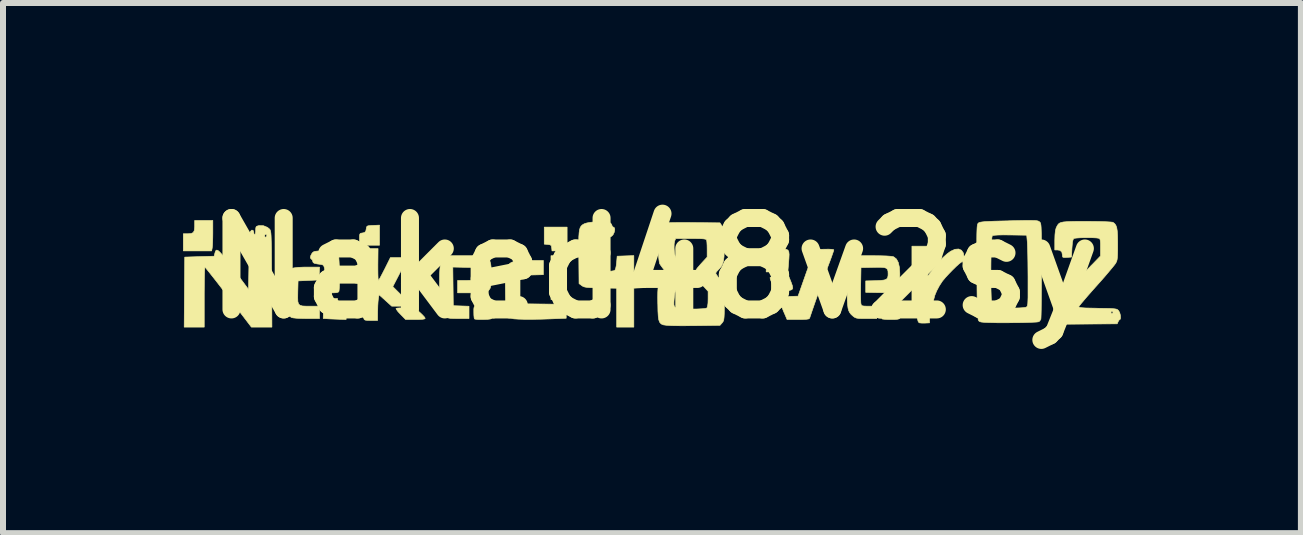
<source format=kicad_pcb>
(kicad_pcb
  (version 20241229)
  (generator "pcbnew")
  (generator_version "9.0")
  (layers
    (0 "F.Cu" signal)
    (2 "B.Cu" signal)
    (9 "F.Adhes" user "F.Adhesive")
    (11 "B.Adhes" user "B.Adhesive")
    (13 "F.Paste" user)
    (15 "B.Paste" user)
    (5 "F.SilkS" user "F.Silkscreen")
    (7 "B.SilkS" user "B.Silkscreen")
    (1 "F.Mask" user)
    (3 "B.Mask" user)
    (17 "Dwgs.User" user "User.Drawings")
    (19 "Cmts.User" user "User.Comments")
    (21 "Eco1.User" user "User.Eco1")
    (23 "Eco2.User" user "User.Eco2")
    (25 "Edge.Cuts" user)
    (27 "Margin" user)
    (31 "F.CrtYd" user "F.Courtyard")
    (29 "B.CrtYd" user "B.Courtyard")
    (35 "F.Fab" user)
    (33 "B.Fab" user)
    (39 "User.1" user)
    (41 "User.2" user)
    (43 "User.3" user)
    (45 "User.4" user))
  (footprint "Naked48v2sy"
    (layer "F.Cu")
    (at 7.847 1.418)
    (property "Reference" "Naked48v2sy" (at 0 0 0) (layer "F.SilkS") (effects (font (size 1.524 1.524) (thickness 0.3))))
    (attr through_hole)
    (fp_poly (pts (xy -1.445 -0.286) (xy -1.697 -0.286) (xy -1.702 -0.337) (xy -1.708 -0.372) (xy -1.726 -0.387) (xy -1.764 -0.394) (xy -1.766 -0.394) (xy -1.826 -0.399) (xy -1.826 -0.683) (xy -1.445 -0.683) (xy -1.445 -0.286)) (stroke (width 0.01) (type solid)) (fill yes) (layer "F.SilkS"))
    (fp_poly (pts (xy -1.47 -0.157) (xy -1.467 -0.126) (xy -1.465 -0.069) (xy -1.463 0.008) (xy -1.461 0.1) (xy -1.461 0.199) (xy -1.46 0.208) (xy -1.46 0.524) (xy -1.714 0.524) (xy -1.714 -0.206) (xy -1.48 -0.206) (xy -1.47 -0.157)) (stroke (width 0.01) (type solid)) (fill yes) (layer "F.SilkS"))
    (fp_poly (pts (xy -5.268 0.567) (xy -5.262 0.605) (xy -5.249 0.623) (xy -5.218 0.63) (xy -5.195 0.632) (xy -5.128 0.637) (xy -5.128 0.857) (xy -5.227 0.854) (xy -5.3 0.851) (xy -5.379 0.848) (xy -5.418 0.846) (xy -5.51 0.84) (xy -5.501 0.516) (xy -5.272 0.507) (xy -5.268 0.567)) (stroke (width 0.01) (type solid)) (fill yes) (layer "F.SilkS"))
    (fp_poly (pts (xy -7.35 -0.589) (xy -7.351 -0.507) (xy -7.353 -0.432) (xy -7.356 -0.373) (xy -7.36 -0.337) (xy -7.36 -0.335) (xy -7.37 -0.286) (xy -7.842 -0.286) (xy -7.842 -0.572) (xy -7.763 -0.572) (xy -7.71 -0.576) (xy -7.676 -0.593) (xy -7.658 -0.628) (xy -7.652 -0.688) (xy -7.652 -0.713) (xy -7.652 -0.794) (xy -7.35 -0.794) (xy -7.35 -0.589)) (stroke (width 0.01) (type solid)) (fill yes) (layer "F.SilkS"))
    (fp_poly (pts (xy -4.572 -0.381) (xy -4.905 -0.381) (xy -4.905 -0.481) (xy -4.905 -0.535) (xy -4.9 -0.565) (xy -4.889 -0.579) (xy -4.869 -0.583) (xy -4.862 -0.584) (xy -4.822 -0.592) (xy -4.801 -0.614) (xy -4.792 -0.657) (xy -4.792 -0.659) (xy -4.787 -0.684) (xy -4.777 -0.699) (xy -4.753 -0.706) (xy -4.709 -0.71) (xy -4.679 -0.711) (xy -4.572 -0.716) (xy -4.572 -0.381)) (stroke (width 0.01) (type solid)) (fill yes) (layer "F.SilkS"))
    (fp_poly (pts (xy -4.132 0.664) (xy -3.98 0.669) (xy -3.895 0.743) (xy -3.853 0.783) (xy -3.823 0.816) (xy -3.81 0.837) (xy -3.81 0.837) (xy -3.82 0.847) (xy -3.85 0.853) (xy -3.906 0.856) (xy -3.973 0.857) (xy -4.137 0.857) (xy -4.222 0.77) (xy -4.262 0.728) (xy -4.288 0.693) (xy -4.297 0.673) (xy -4.296 0.672) (xy -4.276 0.667) (xy -4.232 0.664) (xy -4.171 0.663) (xy -4.132 0.664)) (stroke (width 0.01) (type solid)) (fill yes) (layer "F.SilkS"))
    (fp_poly (pts (xy 2.169 -0.317) (xy 2.209 -0.312) (xy 2.236 -0.299) (xy 2.25 -0.272) (xy 2.255 -0.228) (xy 2.252 -0.161) (xy 2.245 -0.068) (xy 2.244 -0.058) (xy 2.234 0.064) (xy 1.873 0.064) (xy 1.873 -0.175) (xy 1.919 -0.175) (xy 1.964 -0.184) (xy 1.993 -0.215) (xy 2.01 -0.267) (xy 2.017 -0.296) (xy 2.03 -0.31) (xy 2.057 -0.316) (xy 2.106 -0.317) (xy 2.112 -0.318) (xy 2.169 -0.317)) (stroke (width 0.01) (type solid)) (fill yes) (layer "F.SilkS"))
    (fp_poly (pts (xy 2.286 0.229) (xy 2.309 0.293) (xy 2.316 0.335) (xy 2.302 0.359) (xy 2.265 0.372) (xy 2.199 0.377) (xy 2.182 0.378) (xy 2.101 0.378) (xy 2.049 0.37) (xy 2.03 0.362) (xy 2.011 0.337) (xy 1.987 0.293) (xy 1.964 0.242) (xy 1.945 0.194) (xy 1.937 0.161) (xy 1.937 0.16) (xy 1.952 0.151) (xy 1.997 0.146) (xy 2.069 0.143) (xy 2.094 0.143) (xy 2.251 0.143) (xy 2.286 0.229)) (stroke (width 0.01) (type solid)) (fill yes) (layer "F.SilkS"))
    (fp_poly (pts (xy -2.688 0.684) (xy -2.694 0.749) (xy -2.7 0.803) (xy -2.705 0.836) (xy -2.708 0.843) (xy -2.726 0.849) (xy -2.768 0.854) (xy -2.822 0.856) (xy -2.881 0.857) (xy -2.935 0.856) (xy -2.974 0.852) (xy -2.99 0.847) (xy -2.995 0.826) (xy -2.999 0.784) (xy -3 0.736) (xy -3 0.681) (xy -2.995 0.651) (xy -2.985 0.638) (xy -2.966 0.635) (xy -2.964 0.635) (xy -2.919 0.623) (xy -2.893 0.59) (xy -2.889 0.568) (xy -2.885 0.553) (xy -2.868 0.544) (xy -2.832 0.54) (xy -2.784 0.54) (xy -2.678 0.54) (xy -2.688 0.684)) (stroke (width 0.01) (type solid)) (fill yes) (layer "F.SilkS"))
    (fp_poly (pts (xy 4.112 0.673) (xy 4.111 0.738) (xy 4.108 0.792) (xy 4.103 0.827) (xy 4.102 0.832) (xy 4.091 0.845) (xy 4.066 0.852) (xy 4.021 0.856) (xy 3.954 0.857) (xy 3.89 0.856) (xy 3.84 0.853) (xy 3.809 0.849) (xy 3.805 0.847) (xy 3.799 0.826) (xy 3.795 0.784) (xy 3.794 0.736) (xy 3.795 0.681) (xy 3.799 0.651) (xy 3.81 0.638) (xy 3.829 0.635) (xy 3.831 0.635) (xy 3.876 0.623) (xy 3.902 0.59) (xy 3.905 0.568) (xy 3.909 0.553) (xy 3.927 0.544) (xy 3.964 0.54) (xy 4.008 0.54) (xy 4.112 0.54) (xy 4.112 0.673)) (stroke (width 0.01) (type solid)) (fill yes) (layer "F.SilkS"))
    (fp_poly (pts (xy 2.971 -0.312) (xy 2.998 -0.306) (xy 3 -0.303) (xy 2.995 -0.283) (xy 2.98 -0.239) (xy 2.958 -0.177) (xy 2.93 -0.101) (xy 2.911 -0.052) (xy 2.878 0.039) (xy 2.836 0.153) (xy 2.789 0.283) (xy 2.739 0.423) (xy 2.689 0.566) (xy 2.641 0.704) (xy 2.598 0.831) (xy 2.595 0.837) (xy 2.582 0.847) (xy 2.546 0.853) (xy 2.484 0.856) (xy 2.405 0.857) (xy 2.221 0.857) (xy 2.189 0.782) (xy 2.161 0.718) (xy 2.134 0.65) (xy 2.11 0.586) (xy 2.091 0.534) (xy 2.081 0.5) (xy 2.08 0.492) (xy 2.094 0.486) (xy 2.134 0.48) (xy 2.193 0.475) (xy 2.242 0.473) (xy 2.404 0.468) (xy 2.541 0.079) (xy 2.679 -0.31) (xy 2.839 -0.314) (xy 2.917 -0.315) (xy 2.971 -0.312)) (stroke (width 0.01) (type solid)) (fill yes) (layer "F.SilkS"))
    (fp_poly (pts (xy -1.841 0.11) (xy -2.036 0.115) (xy -2.23 0.119) (xy -2.23 0.595) (xy -1.46 0.604) (xy -1.46 0.836) (xy -1.725 0.847) (xy -1.881 0.852) (xy -2.024 0.854) (xy -2.151 0.854) (xy -2.256 0.851) (xy -2.335 0.846) (xy -2.336 0.846) (xy -2.396 0.826) (xy -2.431 0.8) (xy -2.443 0.786) (xy -2.452 0.771) (xy -2.459 0.751) (xy -2.464 0.721) (xy -2.467 0.677) (xy -2.47 0.615) (xy -2.471 0.531) (xy -2.473 0.42) (xy -2.473 0.388) (xy -2.475 0.27) (xy -2.475 0.179) (xy -2.475 0.112) (xy -2.473 0.063) (xy -2.469 0.029) (xy -2.464 0.006) (xy -2.456 -0.012) (xy -2.445 -0.028) (xy -2.443 -0.031) (xy -2.413 -0.065) (xy -2.38 -0.091) (xy -2.338 -0.108) (xy -2.281 -0.119) (xy -2.204 -0.125) (xy -2.103 -0.127) (xy -2.073 -0.127) (xy -1.841 -0.127) (xy -1.841 0.11)) (stroke (width 0.01) (type solid)) (fill yes) (layer "F.SilkS"))
    (fp_poly (pts (xy -5.58 0.198) (xy -5.755 0.206) (xy -5.929 0.214) (xy -5.934 0.405) (xy -5.935 0.494) (xy -5.933 0.557) (xy -5.921 0.598) (xy -5.896 0.621) (xy -5.854 0.632) (xy -5.79 0.635) (xy -5.728 0.635) (xy -5.572 0.635) (xy -5.572 0.841) (xy -5.79 0.841) (xy -5.882 0.839) (xy -5.957 0.836) (xy -6.012 0.83) (xy -6.04 0.823) (xy -6.076 0.799) (xy -6.108 0.773) (xy -6.12 0.761) (xy -6.129 0.747) (xy -6.135 0.726) (xy -6.14 0.693) (xy -6.142 0.646) (xy -6.143 0.578) (xy -6.144 0.485) (xy -6.144 0.421) (xy -6.143 0.309) (xy -6.142 0.225) (xy -6.139 0.163) (xy -6.135 0.12) (xy -6.129 0.091) (xy -6.121 0.071) (xy -6.118 0.065) (xy -6.09 0.034) (xy -6.052 0.012) (xy -5.999 -0.003) (xy -5.927 -0.012) (xy -5.83 -0.016) (xy -5.778 -0.016) (xy -5.571 -0.016) (xy -5.58 0.198)) (stroke (width 0.01) (type solid)) (fill yes) (layer "F.SilkS"))
    (fp_poly (pts (xy -5.413 -0.285) (xy -5.35 -0.281) (xy -5.308 -0.274) (xy -5.281 -0.26) (xy -5.266 -0.239) (xy -5.255 -0.209) (xy -5.255 -0.209) (xy -5.25 -0.174) (xy -5.246 -0.117) (xy -5.242 -0.042) (xy -5.24 0.043) (xy -5.239 0.131) (xy -5.239 0.216) (xy -5.24 0.291) (xy -5.243 0.349) (xy -5.247 0.384) (xy -5.248 0.388) (xy -5.261 0.402) (xy -5.291 0.41) (xy -5.343 0.413) (xy -5.367 0.413) (xy -5.477 0.413) (xy -5.478 0.218) (xy -5.48 0.118) (xy -5.484 0.045) (xy -5.49 -0.004) (xy -5.501 -0.036) (xy -5.516 -0.052) (xy -5.538 -0.059) (xy -5.541 -0.06) (xy -5.61 -0.069) (xy -5.653 -0.078) (xy -5.676 -0.09) (xy -5.683 -0.106) (xy -5.683 -0.11) (xy -5.695 -0.14) (xy -5.708 -0.149) (xy -5.724 -0.169) (xy -5.719 -0.204) (xy -5.697 -0.246) (xy -5.687 -0.258) (xy -5.67 -0.271) (xy -5.644 -0.279) (xy -5.6 -0.284) (xy -5.535 -0.285) (xy -5.502 -0.286) (xy -5.413 -0.285)) (stroke (width 0.01) (type solid)) (fill yes) (layer "F.SilkS"))
    (fp_poly (pts (xy -4.599 -0.06) (xy -4.599 0.028) (xy -4.598 0.104) (xy -4.596 0.162) (xy -4.593 0.198) (xy -4.591 0.206) (xy -4.58 0.193) (xy -4.558 0.156) (xy -4.529 0.101) (xy -4.494 0.033) (xy -4.485 0.016) (xy -4.39 -0.175) (xy -4.259 -0.175) (xy -4.194 -0.174) (xy -4.154 -0.171) (xy -4.134 -0.164) (xy -4.128 -0.152) (xy -4.128 -0.147) (xy -4.135 -0.124) (xy -4.155 -0.078) (xy -4.184 -0.015) (xy -4.22 0.058) (xy -4.239 0.095) (xy -4.35 0.309) (xy -4.207 0.452) (xy -4.153 0.508) (xy -4.108 0.557) (xy -4.077 0.594) (xy -4.064 0.614) (xy -4.064 0.615) (xy -4.074 0.625) (xy -4.108 0.632) (xy -4.168 0.635) (xy -4.216 0.635) (xy -4.368 0.635) (xy -4.474 0.539) (xy -4.58 0.444) (xy -4.591 0.512) (xy -4.596 0.559) (xy -4.6 0.626) (xy -4.602 0.701) (xy -4.603 0.726) (xy -4.604 0.873) (xy -4.715 0.873) (xy -4.773 0.872) (xy -4.807 0.868) (xy -4.825 0.859) (xy -4.833 0.841) (xy -4.834 0.837) (xy -4.836 0.814) (xy -4.838 0.762) (xy -4.839 0.686) (xy -4.839 0.59) (xy -4.839 0.478) (xy -4.839 0.354) (xy -4.838 0.238) (xy -4.834 -0.325) (xy -4.596 -0.325) (xy -4.599 -0.06)) (stroke (width 0.01) (type solid)) (fill yes) (layer "F.SilkS"))
    (fp_poly (pts (xy -3.027 -0.206) (xy -2.934 -0.203) (xy -2.865 -0.198) (xy -2.815 -0.189) (xy -2.78 -0.175) (xy -2.756 -0.155) (xy -2.738 -0.128) (xy -2.729 -0.108) (xy -2.718 -0.064) (xy -2.71 0.000172) (xy -2.707 0.077) (xy -2.706 0.158) (xy -2.71 0.233) (xy -2.717 0.296) (xy -2.727 0.335) (xy -2.728 0.337) (xy -2.747 0.365) (xy -2.774 0.385) (xy -2.812 0.399) (xy -2.867 0.407) (xy -2.944 0.412) (xy -3.048 0.413) (xy -3.049 0.413) (xy -3.27 0.413) (xy -3.27 0.206) (xy -3.108 0.206) (xy -3.037 0.205) (xy -2.978 0.201) (xy -2.937 0.197) (xy -2.924 0.193) (xy -2.911 0.169) (xy -2.907 0.118) (xy -2.908 0.086) (xy -2.913 -0.008) (xy -3.132 -0.012) (xy -3.35 -0.017) (xy -3.342 0.627) (xy -3.08 0.636) (xy -3.08 0.841) (xy -3.258 0.841) (xy -3.34 0.84) (xy -3.396 0.837) (xy -3.434 0.83) (xy -3.459 0.82) (xy -3.471 0.812) (xy -3.503 0.778) (xy -3.535 0.735) (xy -3.539 0.729) (xy -3.55 0.709) (xy -3.558 0.687) (xy -3.564 0.659) (xy -3.568 0.62) (xy -3.57 0.564) (xy -3.571 0.489) (xy -3.572 0.389) (xy -3.572 0.323) (xy -3.571 0.197) (xy -3.57 0.098) (xy -3.566 0.023) (xy -3.56 -0.034) (xy -3.55 -0.077) (xy -3.537 -0.11) (xy -3.518 -0.138) (xy -3.496 -0.163) (xy -3.455 -0.206) (xy -3.147 -0.206) (xy -3.027 -0.206)) (stroke (width 0.01) (type solid)) (fill yes) (layer "F.SilkS"))
    (fp_poly (pts (xy 4.556 -0.119) (xy 4.557 -0.035) (xy 4.559 0.037) (xy 4.562 0.091) (xy 4.566 0.121) (xy 4.568 0.126) (xy 4.582 0.113) (xy 4.607 0.081) (xy 4.635 0.038) (xy 4.684 -0.029) (xy 4.748 -0.102) (xy 4.818 -0.174) (xy 4.887 -0.236) (xy 4.947 -0.28) (xy 4.947 -0.28) (xy 5.019 -0.313) (xy 5.08 -0.318) (xy 5.128 -0.297) (xy 5.159 -0.252) (xy 5.169 -0.203) (xy 5.171 -0.156) (xy 5.163 -0.129) (xy 5.139 -0.107) (xy 5.123 -0.097) (xy 5.087 -0.07) (xy 5.036 -0.024) (xy 4.978 0.033) (xy 4.918 0.095) (xy 4.862 0.155) (xy 4.818 0.208) (xy 4.807 0.222) (xy 4.759 0.296) (xy 4.717 0.375) (xy 4.685 0.451) (xy 4.668 0.514) (xy 4.668 0.514) (xy 4.656 0.562) (xy 4.634 0.584) (xy 4.628 0.587) (xy 4.613 0.593) (xy 4.604 0.607) (xy 4.599 0.635) (xy 4.596 0.683) (xy 4.596 0.754) (xy 4.596 0.913) (xy 4.516 0.917) (xy 4.467 0.917) (xy 4.429 0.913) (xy 4.419 0.909) (xy 4.404 0.886) (xy 4.395 0.849) (xy 4.385 0.814) (xy 4.359 0.799) (xy 4.346 0.797) (xy 4.32 0.791) (xy 4.307 0.777) (xy 4.303 0.745) (xy 4.302 0.713) (xy 4.306 0.659) (xy 4.317 0.632) (xy 4.326 0.627) (xy 4.371 0.611) (xy 4.387 0.601) (xy 4.375 0.594) (xy 4.354 0.591) (xy 4.302 0.585) (xy 4.302 -0.365) (xy 4.556 -0.365) (xy 4.556 -0.119)) (stroke (width 0.01) (type solid)) (fill yes) (layer "F.SilkS"))
    (fp_poly (pts (xy 3.65 -0.206) (xy 3.778 -0.205) (xy 3.875 -0.202) (xy 3.945 -0.197) (xy 3.988 -0.191) (xy 4 -0.186) (xy 4.044 -0.151) (xy 4.074 -0.095) (xy 4.093 -0.015) (xy 4.1 0.092) (xy 4.1 0.108) (xy 4.096 0.218) (xy 4.082 0.299) (xy 4.058 0.356) (xy 4.022 0.39) (xy 4.007 0.397) (xy 3.975 0.403) (xy 3.919 0.407) (xy 3.845 0.41) (xy 3.761 0.409) (xy 3.748 0.409) (xy 3.532 0.405) (xy 3.532 0.214) (xy 3.699 0.21) (xy 3.783 0.206) (xy 3.841 0.199) (xy 3.877 0.185) (xy 3.897 0.162) (xy 3.904 0.126) (xy 3.905 0.095) (xy 3.903 0.052) (xy 3.895 0.022) (xy 3.875 0.003) (xy 3.84 -0.009) (xy 3.784 -0.013) (xy 3.703 -0.013) (xy 3.659 -0.012) (xy 3.453 -0.008) (xy 3.448 0.278) (xy 3.447 0.372) (xy 3.447 0.458) (xy 3.448 0.528) (xy 3.45 0.578) (xy 3.453 0.599) (xy 3.459 0.617) (xy 3.473 0.628) (xy 3.501 0.633) (xy 3.55 0.635) (xy 3.588 0.635) (xy 3.715 0.635) (xy 3.715 0.841) (xy 3.541 0.841) (xy 3.464 0.841) (xy 3.412 0.839) (xy 3.376 0.833) (xy 3.351 0.823) (xy 3.327 0.807) (xy 3.317 0.798) (xy 3.288 0.772) (xy 3.266 0.744) (xy 3.249 0.711) (xy 3.237 0.669) (xy 3.23 0.612) (xy 3.225 0.536) (xy 3.223 0.438) (xy 3.223 0.312) (xy 3.223 0.311) (xy 3.223 0.187) (xy 3.225 0.09) (xy 3.229 0.016) (xy 3.235 -0.039) (xy 3.245 -0.081) (xy 3.26 -0.114) (xy 3.279 -0.142) (xy 3.298 -0.163) (xy 3.34 -0.206) (xy 3.65 -0.206)) (stroke (width 0.01) (type solid)) (fill yes) (layer "F.SilkS"))
    (fp_poly (pts (xy -6.506 -0.706) (xy -6.438 -0.678) (xy -6.403 -0.648) (xy -6.396 -0.639) (xy -6.391 -0.626) (xy -6.386 -0.607) (xy -6.382 -0.579) (xy -6.379 -0.539) (xy -6.377 -0.485) (xy -6.375 -0.413) (xy -6.373 -0.322) (xy -6.372 -0.208) (xy -6.371 -0.068) (xy -6.37 0.099) (xy -6.369 0.184) (xy -6.365 0.984) (xy -6.536 0.984) (xy -6.707 0.984) (xy -7.088 0.485) (xy -7.172 0.375) (xy -7.25 0.274) (xy -7.32 0.184) (xy -7.381 0.107) (xy -7.429 0.047) (xy -7.462 0.006) (xy -7.479 -0.014) (xy -7.481 -0.015) (xy -7.484 0.000083) (xy -7.487 0.043) (xy -7.489 0.11) (xy -7.491 0.198) (xy -7.492 0.302) (xy -7.493 0.419) (xy -7.493 0.484) (xy -7.493 0.984) (xy -7.827 0.984) (xy -7.823 0.401) (xy -7.818 -0.183) (xy -7.573 -0.191) (xy -7.328 -0.198) (xy -7.315 -0.25) (xy -7.307 -0.277) (xy -7.297 -0.294) (xy -7.283 -0.3) (xy -7.264 -0.293) (xy -7.238 -0.271) (xy -7.202 -0.232) (xy -7.154 -0.174) (xy -7.094 -0.097) (xy -7.018 0.004) (xy -6.944 0.102) (xy -6.755 0.355) (xy -6.747 -0.112) (xy -6.744 -0.232) (xy -6.741 -0.342) (xy -6.738 -0.439) (xy -6.734 -0.518) (xy -6.733 -0.533) (xy -6.488 -0.533) (xy -6.485 -0.524) (xy -6.467 -0.514) (xy -6.458 -0.521) (xy -6.45 -0.547) (xy -6.453 -0.556) (xy -6.471 -0.565) (xy -6.481 -0.558) (xy -6.488 -0.533) (xy -6.733 -0.533) (xy -6.73 -0.574) (xy -6.726 -0.604) (xy -6.725 -0.607) (xy -6.703 -0.632) (xy -6.68 -0.63) (xy -6.668 -0.603) (xy -6.668 -0.595) (xy -6.662 -0.565) (xy -6.652 -0.556) (xy -6.642 -0.57) (xy -6.636 -0.606) (xy -6.636 -0.626) (xy -6.634 -0.67) (xy -6.625 -0.693) (xy -6.601 -0.703) (xy -6.58 -0.708) (xy -6.506 -0.706)) (stroke (width 0.01) (type solid)) (fill yes) (layer "F.SilkS"))
    (fp_poly (pts (xy -0.823 -0.773) (xy -0.77 -0.767) (xy -0.725 -0.752) (xy -0.705 -0.731) (xy -0.701 -0.718) (xy -0.689 -0.69) (xy -0.674 -0.683) (xy -0.656 -0.67) (xy -0.651 -0.638) (xy -0.659 -0.598) (xy -0.678 -0.558) (xy -0.682 -0.552) (xy -0.706 -0.529) (xy -0.738 -0.514) (xy -0.789 -0.504) (xy -0.821 -0.5) (xy -0.879 -0.492) (xy -0.925 -0.482) (xy -0.949 -0.473) (xy -0.956 -0.451) (xy -0.962 -0.405) (xy -0.966 -0.341) (xy -0.968 -0.266) (xy -0.969 -0.187) (xy -0.968 -0.111) (xy -0.965 -0.044) (xy -0.96 0.005) (xy -0.953 0.032) (xy -0.93 0.043) (xy -0.885 0.051) (xy -0.827 0.055) (xy -0.765 0.055) (xy -0.708 0.051) (xy -0.665 0.044) (xy -0.648 0.035) (xy -0.637 0.011) (xy -0.627 -0.035) (xy -0.62 -0.091) (xy -0.611 -0.198) (xy -0.472 -0.203) (xy -0.333 -0.208) (xy -0.333 0.064) (xy -0.126 0.064) (xy -0.13 0.194) (xy -0.135 0.325) (xy -0.234 0.33) (xy -0.333 0.335) (xy -0.333 0.984) (xy -0.619 0.984) (xy -0.619 0.336) (xy -0.888 0.331) (xy -0.988 0.328) (xy -1.061 0.326) (xy -1.113 0.322) (xy -1.149 0.316) (xy -1.175 0.308) (xy -1.194 0.297) (xy -1.201 0.292) (xy -1.246 0.259) (xy -1.25 -0.181) (xy -1.252 -0.321) (xy -1.251 -0.434) (xy -1.25 -0.522) (xy -1.246 -0.572) (xy -0.794 -0.572) (xy -0.782 -0.556) (xy -0.778 -0.556) (xy -0.762 -0.568) (xy -0.762 -0.572) (xy -0.774 -0.587) (xy -0.778 -0.587) (xy -0.793 -0.575) (xy -0.794 -0.572) (xy -1.246 -0.572) (xy -1.245 -0.589) (xy -1.238 -0.639) (xy -1.227 -0.674) (xy -1.212 -0.699) (xy -1.193 -0.718) (xy -1.168 -0.733) (xy -1.159 -0.738) (xy -1.116 -0.752) (xy -1.051 -0.763) (xy -0.974 -0.771) (xy -0.895 -0.774) (xy -0.823 -0.773)) (stroke (width 0.01) (type solid)) (fill yes) (layer "F.SilkS"))
    (fp_poly (pts (xy 7.343 -0.777) (xy 7.455 -0.775) (xy 7.545 -0.772) (xy 7.61 -0.768) (xy 7.647 -0.764) (xy 7.653 -0.762) (xy 7.68 -0.742) (xy 7.7 -0.715) (xy 7.715 -0.676) (xy 7.724 -0.62) (xy 7.729 -0.542) (xy 7.731 -0.439) (xy 7.731 -0.394) (xy 7.731 -0.296) (xy 7.729 -0.225) (xy 7.726 -0.174) (xy 7.721 -0.137) (xy 7.713 -0.11) (xy 7.701 -0.086) (xy 7.695 -0.076) (xy 7.675 -0.049) (xy 7.637 -0.002) (xy 7.584 0.061) (xy 7.52 0.137) (xy 7.447 0.22) (xy 7.374 0.302) (xy 7.298 0.387) (xy 7.229 0.466) (xy 7.171 0.534) (xy 7.125 0.588) (xy 7.095 0.626) (xy 7.083 0.643) (xy 7.083 0.643) (xy 7.087 0.651) (xy 7.103 0.657) (xy 7.137 0.661) (xy 7.191 0.665) (xy 7.269 0.667) (xy 7.374 0.669) (xy 7.398 0.67) (xy 7.507 0.672) (xy 7.588 0.673) (xy 7.646 0.676) (xy 7.686 0.68) (xy 7.712 0.685) (xy 7.729 0.693) (xy 7.741 0.704) (xy 7.748 0.712) (xy 7.765 0.744) (xy 7.776 0.784) (xy 7.779 0.824) (xy 7.775 0.851) (xy 7.767 0.857) (xy 7.752 0.87) (xy 7.739 0.893) (xy 7.723 0.929) (xy 7.195 0.933) (xy 6.668 0.937) (xy 6.668 0.738) (xy 7.62 0.738) (xy 7.628 0.758) (xy 7.637 0.759) (xy 7.653 0.743) (xy 7.654 0.738) (xy 7.642 0.72) (xy 7.637 0.717) (xy 7.623 0.725) (xy 7.62 0.738) (xy 6.668 0.738) (xy 6.668 0.624) (xy 6.916 0.355) (xy 6.997 0.268) (xy 7.082 0.177) (xy 7.163 0.091) (xy 7.236 0.014) (xy 7.294 -0.047) (xy 7.305 -0.057) (xy 7.445 -0.202) (xy 7.445 -0.345) (xy 7.445 -0.413) (xy 7.442 -0.456) (xy 7.436 -0.48) (xy 7.425 -0.492) (xy 7.41 -0.498) (xy 7.374 -0.503) (xy 7.318 -0.506) (xy 7.249 -0.507) (xy 7.176 -0.507) (xy 7.107 -0.505) (xy 7.049 -0.501) (xy 7.01 -0.496) (xy 7.001 -0.493) (xy 6.988 -0.474) (xy 6.978 -0.434) (xy 6.972 -0.369) (xy 6.969 -0.33) (xy 6.961 -0.183) (xy 6.886 -0.178) (xy 6.84 -0.176) (xy 6.818 -0.181) (xy 6.811 -0.198) (xy 6.81 -0.218) (xy 6.8 -0.268) (xy 6.768 -0.296) (xy 6.728 -0.302) (xy 6.683 -0.302) (xy 6.683 -0.462) (xy 6.686 -0.554) (xy 6.693 -0.621) (xy 6.705 -0.668) (xy 6.709 -0.677) (xy 6.724 -0.706) (xy 6.739 -0.729) (xy 6.758 -0.747) (xy 6.786 -0.759) (xy 6.825 -0.768) (xy 6.881 -0.773) (xy 6.955 -0.776) (xy 7.053 -0.778) (xy 7.178 -0.778) (xy 7.212 -0.778) (xy 7.343 -0.777)) (stroke (width 0.01) (type solid)) (fill yes) (layer "F.SilkS"))
    (fp_poly (pts (xy 6.309 -0.793) (xy 6.354 -0.792) (xy 6.385 -0.789) (xy 6.406 -0.784) (xy 6.42 -0.777) (xy 6.429 -0.77) (xy 6.437 -0.763) (xy 6.443 -0.753) (xy 6.448 -0.738) (xy 6.452 -0.715) (xy 6.455 -0.682) (xy 6.457 -0.635) (xy 6.459 -0.573) (xy 6.46 -0.492) (xy 6.46 -0.389) (xy 6.461 -0.263) (xy 6.461 -0.109) (xy 6.461 0.038) (xy 6.461 0.194) (xy 6.46 0.34) (xy 6.459 0.475) (xy 6.458 0.594) (xy 6.457 0.694) (xy 6.455 0.773) (xy 6.453 0.827) (xy 6.451 0.853) (xy 6.451 0.853) (xy 6.43 0.885) (xy 6.408 0.896) (xy 6.374 0.9) (xy 6.314 0.903) (xy 6.233 0.906) (xy 6.138 0.909) (xy 6.032 0.91) (xy 5.923 0.911) (xy 5.816 0.911) (xy 5.716 0.911) (xy 5.656 0.909) (xy 5.567 0.907) (xy 5.504 0.904) (xy 5.462 0.9) (xy 5.437 0.894) (xy 5.421 0.885) (xy 5.411 0.871) (xy 5.41 0.869) (xy 5.405 0.852) (xy 5.401 0.821) (xy 5.397 0.772) (xy 5.394 0.703) (xy 5.391 0.612) (xy 5.389 0.498) (xy 5.387 0.358) (xy 5.386 0.189) (xy 5.386 0.145) (xy 5.618 0.145) (xy 5.619 0.262) (xy 5.62 0.37) (xy 5.623 0.467) (xy 5.626 0.548) (xy 5.631 0.607) (xy 5.636 0.642) (xy 5.639 0.648) (xy 5.661 0.655) (xy 5.709 0.66) (xy 5.775 0.664) (xy 5.854 0.666) (xy 5.937 0.667) (xy 6.02 0.666) (xy 6.096 0.664) (xy 6.157 0.66) (xy 6.198 0.654) (xy 6.208 0.65) (xy 6.217 0.644) (xy 6.224 0.635) (xy 6.229 0.617) (xy 6.233 0.59) (xy 6.235 0.548) (xy 6.237 0.488) (xy 6.237 0.407) (xy 6.237 0.302) (xy 6.237 0.169) (xy 6.237 0.154) (xy 6.236 0.028) (xy 6.235 -0.094) (xy 6.233 -0.206) (xy 6.231 -0.302) (xy 6.228 -0.379) (xy 6.226 -0.429) (xy 6.225 -0.437) (xy 6.215 -0.548) (xy 5.939 -0.552) (xy 5.822 -0.553) (xy 5.735 -0.551) (xy 5.677 -0.547) (xy 5.646 -0.541) (xy 5.642 -0.538) (xy 5.636 -0.518) (xy 5.631 -0.47) (xy 5.627 -0.4) (xy 5.623 -0.31) (xy 5.621 -0.207) (xy 5.619 -0.094) (xy 5.618 0.025) (xy 5.618 0.145) (xy 5.386 0.145) (xy 5.385 0.055) (xy 5.384 -0.123) (xy 5.383 -0.272) (xy 5.383 -0.394) (xy 5.383 -0.493) (xy 5.384 -0.57) (xy 5.386 -0.63) (xy 5.388 -0.673) (xy 5.391 -0.704) (xy 5.395 -0.725) (xy 5.4 -0.739) (xy 5.406 -0.747) (xy 5.409 -0.75) (xy 5.421 -0.758) (xy 5.441 -0.764) (xy 5.472 -0.769) (xy 5.517 -0.774) (xy 5.58 -0.777) (xy 5.665 -0.781) (xy 5.774 -0.784) (xy 5.912 -0.787) (xy 5.918 -0.788) (xy 6.054 -0.791) (xy 6.163 -0.793) (xy 6.246 -0.794) (xy 6.309 -0.793)) (stroke (width 0.01) (type solid)) (fill yes) (layer "F.SilkS"))
    (fp_poly (pts (xy 0.572 -0.759) (xy 0.638 -0.758) (xy 1.102 -0.754) (xy 1.138 -0.7) (xy 1.152 -0.678) (xy 1.162 -0.655) (xy 1.168 -0.626) (xy 1.172 -0.584) (xy 1.174 -0.525) (xy 1.175 -0.442) (xy 1.175 -0.386) (xy 1.174 -0.273) (xy 1.17 -0.187) (xy 1.161 -0.121) (xy 1.147 -0.07) (xy 1.127 -0.03) (xy 1.097 0.007) (xy 1.073 0.031) (xy 1.046 0.06) (xy 1.032 0.083) (xy 1.032 0.084) (xy 1.041 0.105) (xy 1.065 0.14) (xy 1.085 0.165) (xy 1.116 0.204) (xy 1.139 0.237) (xy 1.155 0.271) (xy 1.165 0.311) (xy 1.171 0.363) (xy 1.174 0.432) (xy 1.175 0.524) (xy 1.175 0.585) (xy 1.175 0.688) (xy 1.174 0.763) (xy 1.171 0.817) (xy 1.167 0.853) (xy 1.161 0.878) (xy 1.152 0.896) (xy 1.139 0.913) (xy 1.139 0.913) (xy 1.103 0.954) (xy 0.754 0.959) (xy 0.642 0.96) (xy 0.531 0.961) (xy 0.429 0.961) (xy 0.343 0.96) (xy 0.28 0.958) (xy 0.27 0.957) (xy 0.206 0.953) (xy 0.158 0.946) (xy 0.123 0.931) (xy 0.099 0.905) (xy 0.083 0.864) (xy 0.074 0.803) (xy 0.069 0.719) (xy 0.067 0.61) (xy 0.335 0.61) (xy 0.344 0.643) (xy 0.366 0.664) (xy 0.405 0.676) (xy 0.466 0.681) (xy 0.552 0.683) (xy 0.617 0.683) (xy 0.726 0.682) (xy 0.806 0.678) (xy 0.858 0.673) (xy 0.884 0.665) (xy 0.886 0.664) (xy 0.896 0.637) (xy 0.903 0.584) (xy 0.905 0.516) (xy 0.905 0.387) (xy 0.794 0.266) (xy 0.733 0.198) (xy 0.696 0.144) (xy 0.682 0.098) (xy 0.691 0.053) (xy 0.723 0.002) (xy 0.777 -0.061) (xy 0.786 -0.071) (xy 0.889 -0.183) (xy 0.889 -0.312) (xy 0.888 -0.376) (xy 0.885 -0.429) (xy 0.881 -0.463) (xy 0.879 -0.467) (xy 0.872 -0.477) (xy 0.854 -0.483) (xy 0.822 -0.488) (xy 0.771 -0.491) (xy 0.696 -0.492) (xy 0.617 -0.492) (xy 0.364 -0.492) (xy 0.347 -0.448) (xy 0.339 -0.404) (xy 0.338 -0.338) (xy 0.341 -0.294) (xy 0.347 -0.243) (xy 0.355 -0.205) (xy 0.369 -0.173) (xy 0.394 -0.138) (xy 0.435 -0.091) (xy 0.462 -0.061) (xy 0.508 -0.007) (xy 0.544 0.041) (xy 0.567 0.077) (xy 0.572 0.092) (xy 0.565 0.12) (xy 0.543 0.158) (xy 0.503 0.21) (xy 0.443 0.278) (xy 0.427 0.295) (xy 0.389 0.338) (xy 0.365 0.373) (xy 0.352 0.41) (xy 0.345 0.462) (xy 0.341 0.495) (xy 0.335 0.561) (xy 0.335 0.61) (xy 0.067 0.61) (xy 0.067 0.608) (xy 0.066 0.593) (xy 0.065 0.484) (xy 0.066 0.402) (xy 0.07 0.339) (xy 0.08 0.291) (xy 0.097 0.252) (xy 0.121 0.215) (xy 0.154 0.175) (xy 0.169 0.158) (xy 0.225 0.096) (xy 0.17 0.028) (xy 0.136 -0.017) (xy 0.107 -0.058) (xy 0.097 -0.074) (xy 0.091 -0.102) (xy 0.084 -0.154) (xy 0.077 -0.226) (xy 0.072 -0.311) (xy 0.069 -0.368) (xy 0.066 -0.468) (xy 0.064 -0.541) (xy 0.065 -0.594) (xy 0.069 -0.631) (xy 0.076 -0.659) (xy 0.085 -0.678) (xy 0.112 -0.718) (xy 0.14 -0.745) (xy 0.142 -0.746) (xy 0.169 -0.751) (xy 0.227 -0.755) (xy 0.314 -0.758) (xy 0.429 -0.759) (xy 0.572 -0.759)) (stroke (width 0.01) (type solid)) (fill yes) (layer "F.SilkS")))
  (gr_rect
    (start -3 -3)
    (end 18.632 5.836)
    (stroke (width 0.1) (type default))
    (fill no)
    (layer "Edge.Cuts")))
</source>
